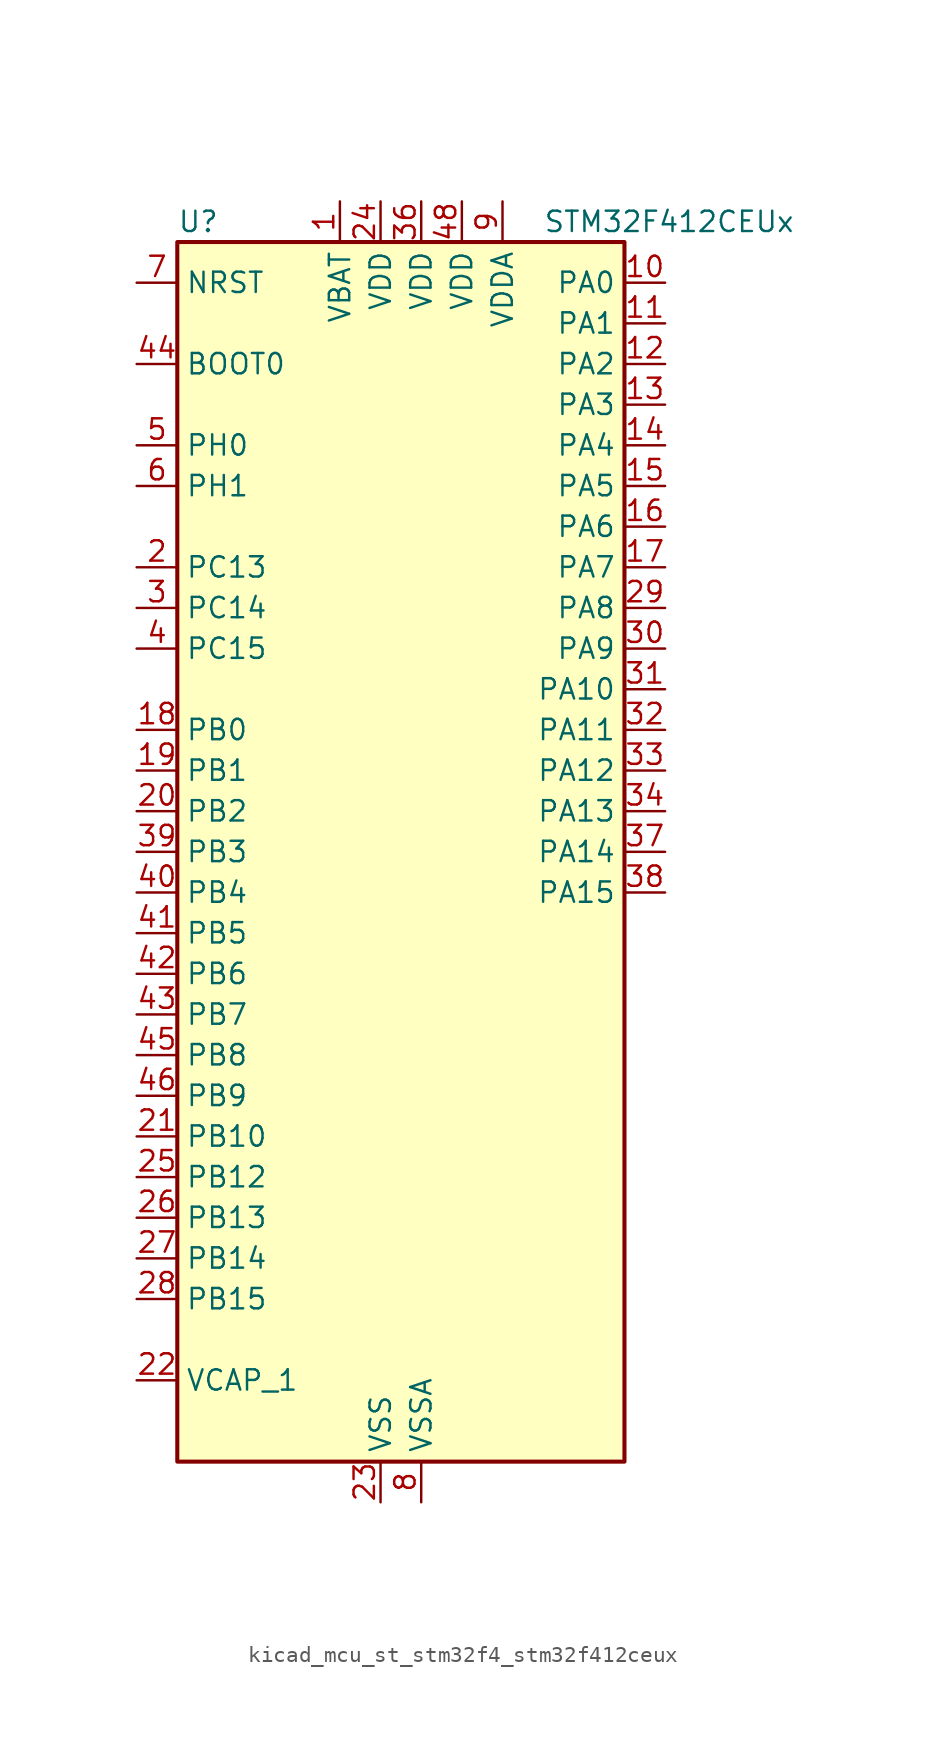
<source format=kicad_sym>
(kicad_symbol_lib
  (version 20220914)
  (generator kicad_symbol_editor)
  (symbol "kicad_mcu_st_stm32f4_stm32f412ceux"
    (property "Reference" "U"
      (at -12.7 39.37 0)
      (effects (font (size 1.27 1.27)) (justify left)))
    (property "Value" "STM32F412CEUx"
      (at 10.16 39.37 0)
      (effects (font (size 1.27 1.27)) (justify left)))
    (property "ki_locked" ""
      (at 0 0 0)
      (effects (font (size 1.27 1.27))))
    (symbol "kicad_mcu_st_stm32f4_stm32f412ceux_0_1"
      (rectangle (start -12.7 -38.1) (end 15.24 38.1) (stroke (width 0.254) (type default)) (fill (type background))))
    (symbol "kicad_mcu_st_stm32f4_stm32f412ceux_1_1"
      (pin power_in line (at -2.54 40.64 270) (length 2.54) (name "VBAT" (effects (font (size 1.27 1.27)))) (number "1" (effects (font (size 1.27 1.27)))))
      (pin bidirectional line (at 17.78 35.56 180) (length 2.54) (name "PA0" (effects (font (size 1.27 1.27)))) (number "10" (effects (font (size 1.27 1.27)))) (alternate "ADC1_IN0" bidirectional line) (alternate "SYS_WKUP1" bidirectional line) (alternate "TIM2_CH1" bidirectional line) (alternate "TIM2_ETR" bidirectional line) (alternate "TIM5_CH1" bidirectional line) (alternate "TIM8_ETR" bidirectional line) (alternate "USART2_CTS" bidirectional line))
      (pin bidirectional line (at 17.78 33.02 180) (length 2.54) (name "PA1" (effects (font (size 1.27 1.27)))) (number "11" (effects (font (size 1.27 1.27)))) (alternate "ADC1_IN1" bidirectional line) (alternate "I2S4_SD" bidirectional line) (alternate "SPI4_MOSI" bidirectional line) (alternate "TIM2_CH2" bidirectional line) (alternate "TIM5_CH2" bidirectional line) (alternate "USART2_RTS" bidirectional line))
      (pin bidirectional line (at 17.78 30.48 180) (length 2.54) (name "PA2" (effects (font (size 1.27 1.27)))) (number "12" (effects (font (size 1.27 1.27)))) (alternate "ADC1_IN2" bidirectional line) (alternate "I2S_CKIN" bidirectional line) (alternate "TIM2_CH3" bidirectional line) (alternate "TIM5_CH3" bidirectional line) (alternate "TIM9_CH1" bidirectional line) (alternate "USART2_TX" bidirectional line))
      (pin bidirectional line (at 17.78 27.94 180) (length 2.54) (name "PA3" (effects (font (size 1.27 1.27)))) (number "13" (effects (font (size 1.27 1.27)))) (alternate "ADC1_IN3" bidirectional line) (alternate "I2S2_MCK" bidirectional line) (alternate "TIM2_CH4" bidirectional line) (alternate "TIM5_CH4" bidirectional line) (alternate "TIM9_CH2" bidirectional line) (alternate "USART2_RX" bidirectional line))
      (pin bidirectional line (at 17.78 25.4 180) (length 2.54) (name "PA4" (effects (font (size 1.27 1.27)))) (number "14" (effects (font (size 1.27 1.27)))) (alternate "ADC1_IN4" bidirectional line) (alternate "DFSDM1_DATIN1" bidirectional line) (alternate "I2S1_WS" bidirectional line) (alternate "I2S3_WS" bidirectional line) (alternate "SPI1_NSS" bidirectional line) (alternate "SPI3_NSS" bidirectional line) (alternate "USART2_CK" bidirectional line))
      (pin bidirectional line (at 17.78 22.86 180) (length 2.54) (name "PA5" (effects (font (size 1.27 1.27)))) (number "15" (effects (font (size 1.27 1.27)))) (alternate "ADC1_IN5" bidirectional line) (alternate "DFSDM1_CKIN1" bidirectional line) (alternate "I2S1_CK" bidirectional line) (alternate "SPI1_SCK" bidirectional line) (alternate "TIM2_CH1" bidirectional line) (alternate "TIM2_ETR" bidirectional line) (alternate "TIM8_CH1N" bidirectional line))
      (pin bidirectional line (at 17.78 20.32 180) (length 2.54) (name "PA6" (effects (font (size 1.27 1.27)))) (number "16" (effects (font (size 1.27 1.27)))) (alternate "ADC1_IN6" bidirectional line) (alternate "I2S2_MCK" bidirectional line) (alternate "SDIO_CMD" bidirectional line) (alternate "SPI1_MISO" bidirectional line) (alternate "TIM13_CH1" bidirectional line) (alternate "TIM1_BKIN" bidirectional line) (alternate "TIM3_CH1" bidirectional line) (alternate "TIM8_BKIN" bidirectional line))
      (pin bidirectional line (at 17.78 17.78 180) (length 2.54) (name "PA7" (effects (font (size 1.27 1.27)))) (number "17" (effects (font (size 1.27 1.27)))) (alternate "ADC1_IN7" bidirectional line) (alternate "I2S1_SD" bidirectional line) (alternate "SPI1_MOSI" bidirectional line) (alternate "TIM14_CH1" bidirectional line) (alternate "TIM1_CH1N" bidirectional line) (alternate "TIM3_CH2" bidirectional line) (alternate "TIM8_CH1N" bidirectional line))
      (pin bidirectional line (at -15.24 7.62 0) (length 2.54) (name "PB0" (effects (font (size 1.27 1.27)))) (number "18" (effects (font (size 1.27 1.27)))) (alternate "ADC1_IN8" bidirectional line) (alternate "I2S5_CK" bidirectional line) (alternate "SPI5_SCK" bidirectional line) (alternate "TIM1_CH2N" bidirectional line) (alternate "TIM3_CH3" bidirectional line) (alternate "TIM8_CH2N" bidirectional line))
      (pin bidirectional line (at -15.24 5.08 0) (length 2.54) (name "PB1" (effects (font (size 1.27 1.27)))) (number "19" (effects (font (size 1.27 1.27)))) (alternate "ADC1_IN9" bidirectional line) (alternate "DFSDM1_DATIN0" bidirectional line) (alternate "I2S5_WS" bidirectional line) (alternate "SPI5_NSS" bidirectional line) (alternate "TIM1_CH3N" bidirectional line) (alternate "TIM3_CH4" bidirectional line) (alternate "TIM8_CH3N" bidirectional line))
      (pin bidirectional line (at -15.24 17.78 0) (length 2.54) (name "PC13" (effects (font (size 1.27 1.27)))) (number "2" (effects (font (size 1.27 1.27)))) (alternate "RTC_AF1" bidirectional line))
      (pin bidirectional line (at -15.24 2.54 0) (length 2.54) (name "PB2" (effects (font (size 1.27 1.27)))) (number "20" (effects (font (size 1.27 1.27)))) (alternate "DFSDM1_CKIN0" bidirectional line))
      (pin bidirectional line (at -15.24 -17.78 0) (length 2.54) (name "PB10" (effects (font (size 1.27 1.27)))) (number "21" (effects (font (size 1.27 1.27)))) (alternate "FMPI2C1_SCL" bidirectional line) (alternate "I2C2_SCL" bidirectional line) (alternate "I2S2_CK" bidirectional line) (alternate "I2S3_MCK" bidirectional line) (alternate "SDIO_D7" bidirectional line) (alternate "SPI2_SCK" bidirectional line) (alternate "TIM2_CH3" bidirectional line) (alternate "USART3_TX" bidirectional line))
      (pin power_out line (at -15.24 -33.02 0) (length 2.54) (name "VCAP_1" (effects (font (size 1.27 1.27)))) (number "22" (effects (font (size 1.27 1.27)))))
      (pin power_in line (at 0 -40.64 90) (length 2.54) (name "VSS" (effects (font (size 1.27 1.27)))) (number "23" (effects (font (size 1.27 1.27)))))
      (pin power_in line (at 0 40.64 270) (length 2.54) (name "VDD" (effects (font (size 1.27 1.27)))) (number "24" (effects (font (size 1.27 1.27)))))
      (pin bidirectional line (at -15.24 -20.32 0) (length 2.54) (name "PB12" (effects (font (size 1.27 1.27)))) (number "25" (effects (font (size 1.27 1.27)))) (alternate "CAN2_RX" bidirectional line) (alternate "DFSDM1_DATIN1" bidirectional line) (alternate "I2C2_SMBA" bidirectional line) (alternate "I2S2_WS" bidirectional line) (alternate "I2S3_CK" bidirectional line) (alternate "I2S4_WS" bidirectional line) (alternate "SPI2_NSS" bidirectional line) (alternate "SPI3_SCK" bidirectional line) (alternate "SPI4_NSS" bidirectional line) (alternate "TIM1_BKIN" bidirectional line) (alternate "USART3_CK" bidirectional line))
      (pin bidirectional line (at -15.24 -22.86 0) (length 2.54) (name "PB13" (effects (font (size 1.27 1.27)))) (number "26" (effects (font (size 1.27 1.27)))) (alternate "CAN2_TX" bidirectional line) (alternate "DFSDM1_CKIN1" bidirectional line) (alternate "FMPI2C1_SMBA" bidirectional line) (alternate "I2S2_CK" bidirectional line) (alternate "I2S4_CK" bidirectional line) (alternate "SPI2_SCK" bidirectional line) (alternate "SPI4_SCK" bidirectional line) (alternate "TIM1_CH1N" bidirectional line))
      (pin bidirectional line (at -15.24 -25.4 0) (length 2.54) (name "PB14" (effects (font (size 1.27 1.27)))) (number "27" (effects (font (size 1.27 1.27)))) (alternate "DFSDM1_DATIN2" bidirectional line) (alternate "FMPI2C1_SDA" bidirectional line) (alternate "I2S2_ext_SD" bidirectional line) (alternate "SDIO_D6" bidirectional line) (alternate "SPI2_MISO" bidirectional line) (alternate "TIM12_CH1" bidirectional line) (alternate "TIM1_CH2N" bidirectional line) (alternate "TIM8_CH2N" bidirectional line))
      (pin bidirectional line (at -15.24 -27.94 0) (length 2.54) (name "PB15" (effects (font (size 1.27 1.27)))) (number "28" (effects (font (size 1.27 1.27)))) (alternate "ADC1_EXTI15" bidirectional line) (alternate "DFSDM1_CKIN2" bidirectional line) (alternate "FMPI2C1_SCL" bidirectional line) (alternate "I2S2_SD" bidirectional line) (alternate "RTC_REFIN" bidirectional line) (alternate "SDIO_CK" bidirectional line) (alternate "SPI2_MOSI" bidirectional line) (alternate "TIM12_CH2" bidirectional line) (alternate "TIM1_CH3N" bidirectional line) (alternate "TIM8_CH3N" bidirectional line))
      (pin bidirectional line (at 17.78 15.24 180) (length 2.54) (name "PA8" (effects (font (size 1.27 1.27)))) (number "29" (effects (font (size 1.27 1.27)))) (alternate "I2C3_SCL" bidirectional line) (alternate "RCC_MCO_1" bidirectional line) (alternate "SDIO_D1" bidirectional line) (alternate "TIM1_CH1" bidirectional line) (alternate "USART1_CK" bidirectional line) (alternate "USB_OTG_FS_SOF" bidirectional line))
      (pin bidirectional line (at -15.24 15.24 0) (length 2.54) (name "PC14" (effects (font (size 1.27 1.27)))) (number "3" (effects (font (size 1.27 1.27)))) (alternate "RCC_OSC32_IN" bidirectional line))
      (pin bidirectional line (at 17.78 12.7 180) (length 2.54) (name "PA9" (effects (font (size 1.27 1.27)))) (number "30" (effects (font (size 1.27 1.27)))) (alternate "I2C3_SMBA" bidirectional line) (alternate "SDIO_D2" bidirectional line) (alternate "TIM1_CH2" bidirectional line) (alternate "USART1_TX" bidirectional line) (alternate "USB_OTG_FS_VBUS" bidirectional line))
      (pin bidirectional line (at 17.78 10.16 180) (length 2.54) (name "PA10" (effects (font (size 1.27 1.27)))) (number "31" (effects (font (size 1.27 1.27)))) (alternate "I2S5_SD" bidirectional line) (alternate "SPI5_MOSI" bidirectional line) (alternate "TIM1_CH3" bidirectional line) (alternate "USART1_RX" bidirectional line) (alternate "USB_OTG_FS_ID" bidirectional line))
      (pin bidirectional line (at 17.78 7.62 180) (length 2.54) (name "PA11" (effects (font (size 1.27 1.27)))) (number "32" (effects (font (size 1.27 1.27)))) (alternate "ADC1_EXTI11" bidirectional line) (alternate "CAN1_RX" bidirectional line) (alternate "SPI4_MISO" bidirectional line) (alternate "TIM1_CH4" bidirectional line) (alternate "USART1_CTS" bidirectional line) (alternate "USART6_TX" bidirectional line) (alternate "USB_OTG_FS_DM" bidirectional line))
      (pin bidirectional line (at 17.78 5.08 180) (length 2.54) (name "PA12" (effects (font (size 1.27 1.27)))) (number "33" (effects (font (size 1.27 1.27)))) (alternate "CAN1_TX" bidirectional line) (alternate "SPI5_MISO" bidirectional line) (alternate "TIM1_ETR" bidirectional line) (alternate "USART1_RTS" bidirectional line) (alternate "USART6_RX" bidirectional line) (alternate "USB_OTG_FS_DP" bidirectional line))
      (pin bidirectional line (at 17.78 2.54 180) (length 2.54) (name "PA13" (effects (font (size 1.27 1.27)))) (number "34" (effects (font (size 1.27 1.27)))) (alternate "SYS_JTMS-SWDIO" bidirectional line))
      (pin passive line (at 0 -40.64 90) (length 2.54) hide (name "VSS" (effects (font (size 1.27 1.27)))) (number "35" (effects (font (size 1.27 1.27)))))
      (pin power_in line (at 2.54 40.64 270) (length 2.54) (name "VDD" (effects (font (size 1.27 1.27)))) (number "36" (effects (font (size 1.27 1.27)))))
      (pin bidirectional line (at 17.78 0 180) (length 2.54) (name "PA14" (effects (font (size 1.27 1.27)))) (number "37" (effects (font (size 1.27 1.27)))) (alternate "SYS_JTCK-SWCLK" bidirectional line))
      (pin bidirectional line (at 17.78 -2.54 180) (length 2.54) (name "PA15" (effects (font (size 1.27 1.27)))) (number "38" (effects (font (size 1.27 1.27)))) (alternate "ADC1_EXTI15" bidirectional line) (alternate "I2S1_WS" bidirectional line) (alternate "I2S3_WS" bidirectional line) (alternate "SPI1_NSS" bidirectional line) (alternate "SPI3_NSS" bidirectional line) (alternate "SYS_JTDI" bidirectional line) (alternate "TIM2_CH1" bidirectional line) (alternate "TIM2_ETR" bidirectional line) (alternate "USART1_TX" bidirectional line))
      (pin bidirectional line (at -15.24 0 0) (length 2.54) (name "PB3" (effects (font (size 1.27 1.27)))) (number "39" (effects (font (size 1.27 1.27)))) (alternate "FMPI2C1_SDA" bidirectional line) (alternate "I2C2_SDA" bidirectional line) (alternate "I2S1_CK" bidirectional line) (alternate "I2S3_CK" bidirectional line) (alternate "SPI1_SCK" bidirectional line) (alternate "SPI3_SCK" bidirectional line) (alternate "SYS_JTDO-SWO" bidirectional line) (alternate "TIM2_CH2" bidirectional line) (alternate "USART1_RX" bidirectional line))
      (pin bidirectional line (at -15.24 12.7 0) (length 2.54) (name "PC15" (effects (font (size 1.27 1.27)))) (number "4" (effects (font (size 1.27 1.27)))) (alternate "ADC1_EXTI15" bidirectional line) (alternate "RCC_OSC32_OUT" bidirectional line))
      (pin bidirectional line (at -15.24 -2.54 0) (length 2.54) (name "PB4" (effects (font (size 1.27 1.27)))) (number "40" (effects (font (size 1.27 1.27)))) (alternate "I2C3_SDA" bidirectional line) (alternate "I2S3_ext_SD" bidirectional line) (alternate "SDIO_D0" bidirectional line) (alternate "SPI1_MISO" bidirectional line) (alternate "SPI3_MISO" bidirectional line) (alternate "SYS_JTRST" bidirectional line) (alternate "TIM3_CH1" bidirectional line))
      (pin bidirectional line (at -15.24 -5.08 0) (length 2.54) (name "PB5" (effects (font (size 1.27 1.27)))) (number "41" (effects (font (size 1.27 1.27)))) (alternate "CAN2_RX" bidirectional line) (alternate "I2C1_SMBA" bidirectional line) (alternate "I2S1_SD" bidirectional line) (alternate "I2S3_SD" bidirectional line) (alternate "SDIO_D3" bidirectional line) (alternate "SPI1_MOSI" bidirectional line) (alternate "SPI3_MOSI" bidirectional line) (alternate "TIM3_CH2" bidirectional line))
      (pin bidirectional line (at -15.24 -7.62 0) (length 2.54) (name "PB6" (effects (font (size 1.27 1.27)))) (number "42" (effects (font (size 1.27 1.27)))) (alternate "CAN2_TX" bidirectional line) (alternate "I2C1_SCL" bidirectional line) (alternate "SDIO_D0" bidirectional line) (alternate "TIM4_CH1" bidirectional line) (alternate "USART1_TX" bidirectional line))
      (pin bidirectional line (at -15.24 -10.16 0) (length 2.54) (name "PB7" (effects (font (size 1.27 1.27)))) (number "43" (effects (font (size 1.27 1.27)))) (alternate "I2C1_SDA" bidirectional line) (alternate "TIM4_CH2" bidirectional line) (alternate "USART1_RX" bidirectional line))
      (pin input line (at -15.24 30.48 0) (length 2.54) (name "BOOT0" (effects (font (size 1.27 1.27)))) (number "44" (effects (font (size 1.27 1.27)))))
      (pin bidirectional line (at -15.24 -12.7 0) (length 2.54) (name "PB8" (effects (font (size 1.27 1.27)))) (number "45" (effects (font (size 1.27 1.27)))) (alternate "CAN1_RX" bidirectional line) (alternate "I2C1_SCL" bidirectional line) (alternate "I2C3_SDA" bidirectional line) (alternate "I2S5_SD" bidirectional line) (alternate "SDIO_D4" bidirectional line) (alternate "SPI5_MOSI" bidirectional line) (alternate "TIM10_CH1" bidirectional line) (alternate "TIM4_CH3" bidirectional line))
      (pin bidirectional line (at -15.24 -15.24 0) (length 2.54) (name "PB9" (effects (font (size 1.27 1.27)))) (number "46" (effects (font (size 1.27 1.27)))) (alternate "CAN1_TX" bidirectional line) (alternate "I2C1_SDA" bidirectional line) (alternate "I2C2_SDA" bidirectional line) (alternate "I2S2_WS" bidirectional line) (alternate "SDIO_D5" bidirectional line) (alternate "SPI2_NSS" bidirectional line) (alternate "TIM11_CH1" bidirectional line) (alternate "TIM4_CH4" bidirectional line))
      (pin passive line (at 0 -40.64 90) (length 2.54) hide (name "VSS" (effects (font (size 1.27 1.27)))) (number "47" (effects (font (size 1.27 1.27)))))
      (pin power_in line (at 5.08 40.64 270) (length 2.54) (name "VDD" (effects (font (size 1.27 1.27)))) (number "48" (effects (font (size 1.27 1.27)))))
      (pin passive line (at 0 -40.64 90) (length 2.54) hide (name "VSS" (effects (font (size 1.27 1.27)))) (number "49" (effects (font (size 1.27 1.27)))))
      (pin bidirectional line (at -15.24 25.4 0) (length 2.54) (name "PH0" (effects (font (size 1.27 1.27)))) (number "5" (effects (font (size 1.27 1.27)))) (alternate "RCC_OSC_IN" bidirectional line))
      (pin bidirectional line (at -15.24 22.86 0) (length 2.54) (name "PH1" (effects (font (size 1.27 1.27)))) (number "6" (effects (font (size 1.27 1.27)))) (alternate "RCC_OSC_OUT" bidirectional line))
      (pin input line (at -15.24 35.56 0) (length 2.54) (name "NRST" (effects (font (size 1.27 1.27)))) (number "7" (effects (font (size 1.27 1.27)))))
      (pin power_in line (at 2.54 -40.64 90) (length 2.54) (name "VSSA" (effects (font (size 1.27 1.27)))) (number "8" (effects (font (size 1.27 1.27)))))
      (pin power_in line (at 7.62 40.64 270) (length 2.54) (name "VDDA" (effects (font (size 1.27 1.27)))) (number "9" (effects (font (size 1.27 1.27))))))))
</source>
